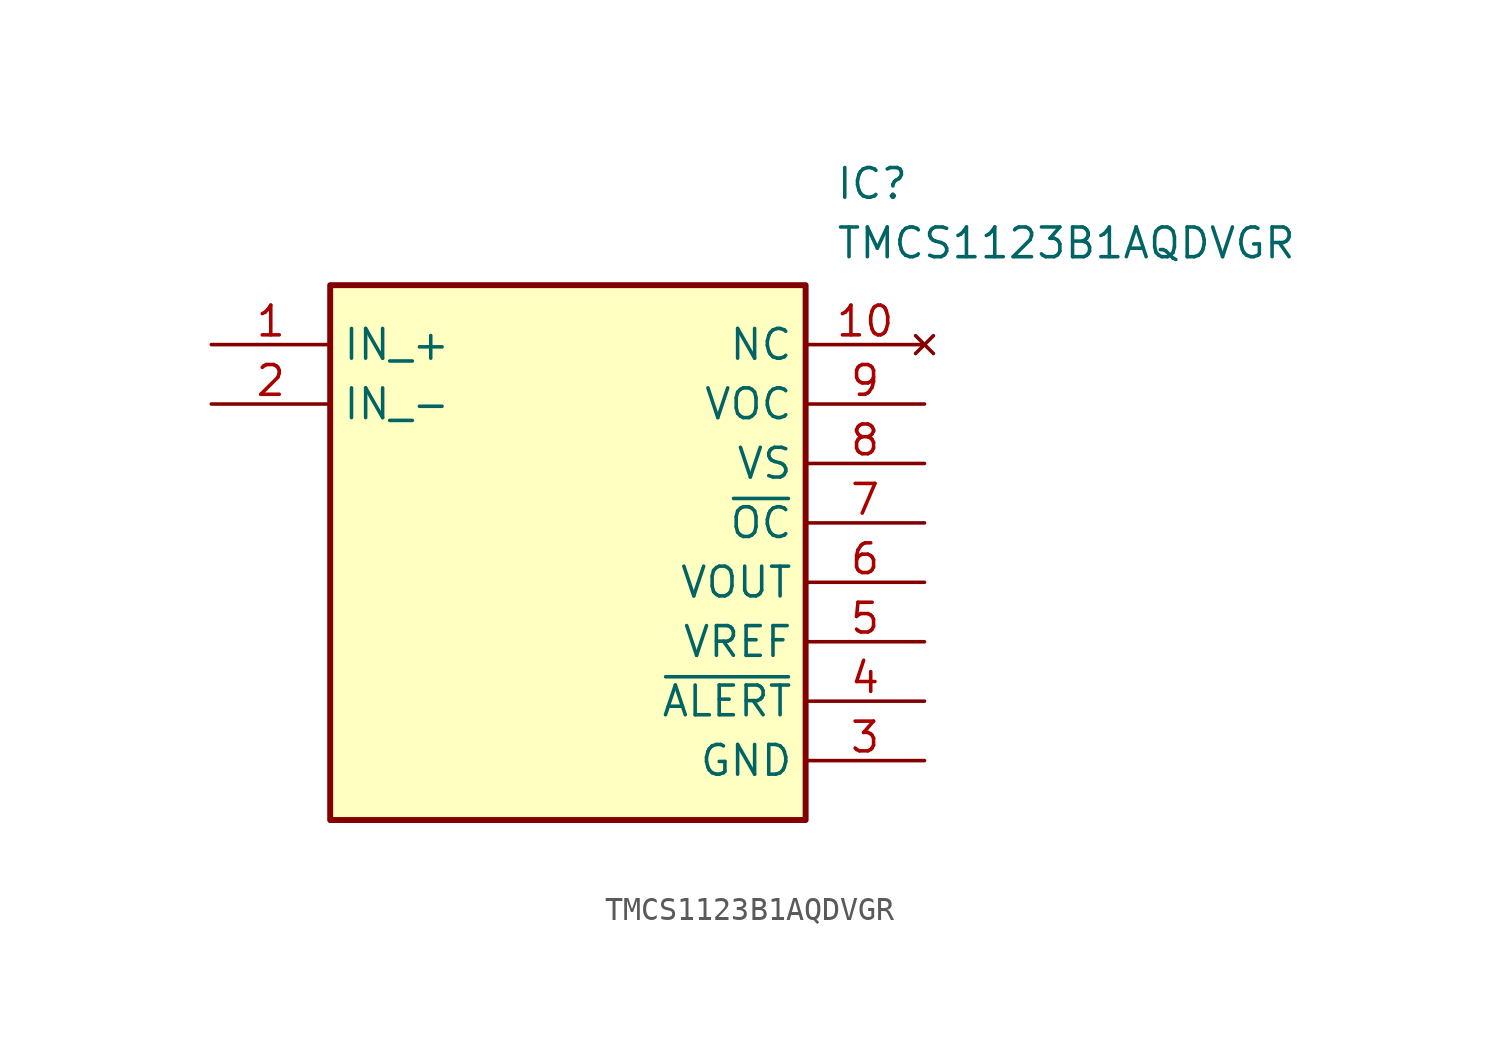
<source format=kicad_sym>
(kicad_symbol_lib
  (version 20211014)
  (generator SamacSys_ECAD_Model)
  (symbol "TMCS1123B1AQDVGR"
    (property "Reference" "IC"
      (at 26.67 7.62 0)
      (effects (font (size 1.27 1.27)) (justify left top)))
    (property "Value" "TMCS1123B1AQDVGR"
      (at 26.67 5.08 0)
      (effects (font (size 1.27 1.27)) (justify left top)))
    (rectangle
      (start 5.08 2.54)
      (end 25.4 -20.32)
      (stroke (width 0.254) (type default))
      (fill (type background)))
    (pin passive line
      (at 0 0 0)
      (length 5.08)
      (name "IN_+" (effects (font (size 1.27 1.27))))
      (number "1" (effects (font (size 1.27 1.27)))))
    (pin passive line
      (at 0 -2.54 0)
      (length 5.08)
      (name "IN_-" (effects (font (size 1.27 1.27))))
      (number "2" (effects (font (size 1.27 1.27)))))
    (pin passive line
      (at 30.48 -17.78 180)
      (length 5.08)
      (name "GND" (effects (font (size 1.27 1.27))))
      (number "3" (effects (font (size 1.27 1.27)))))
    (pin passive line
      (at 30.48 -15.24 180)
      (length 5.08)
      (name "~{ALERT}" (effects (font (size 1.27 1.27))))
      (number "4" (effects (font (size 1.27 1.27)))))
    (pin passive line
      (at 30.48 -12.7 180)
      (length 5.08)
      (name "VREF" (effects (font (size 1.27 1.27))))
      (number "5" (effects (font (size 1.27 1.27)))))
    (pin passive line
      (at 30.48 -10.16 180)
      (length 5.08)
      (name "VOUT" (effects (font (size 1.27 1.27))))
      (number "6" (effects (font (size 1.27 1.27)))))
    (pin passive line
      (at 30.48 -7.62 180)
      (length 5.08)
      (name "~{OC}" (effects (font (size 1.27 1.27))))
      (number "7" (effects (font (size 1.27 1.27)))))
    (pin passive line
      (at 30.48 -5.08 180)
      (length 5.08)
      (name "VS" (effects (font (size 1.27 1.27))))
      (number "8" (effects (font (size 1.27 1.27)))))
    (pin passive line
      (at 30.48 -2.54 180)
      (length 5.08)
      (name "VOC" (effects (font (size 1.27 1.27))))
      (number "9" (effects (font (size 1.27 1.27)))))
    (pin no_connect line
      (at 30.48 0 180)
      (length 5.08)
      (name "NC" (effects (font (size 1.27 1.27))))
      (number "10" (effects (font (size 1.27 1.27)))))))
</source>
